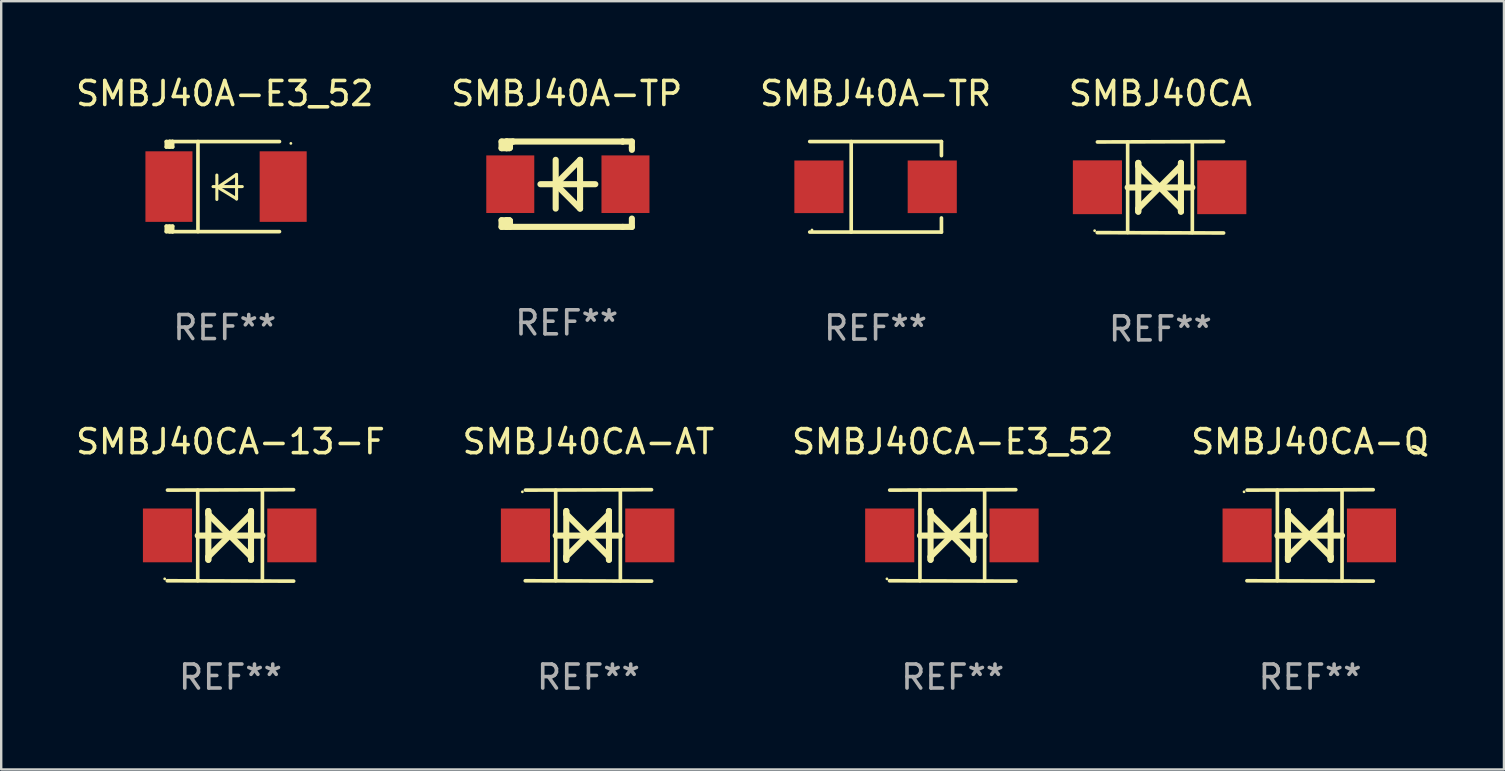
<source format=kicad_pcb>
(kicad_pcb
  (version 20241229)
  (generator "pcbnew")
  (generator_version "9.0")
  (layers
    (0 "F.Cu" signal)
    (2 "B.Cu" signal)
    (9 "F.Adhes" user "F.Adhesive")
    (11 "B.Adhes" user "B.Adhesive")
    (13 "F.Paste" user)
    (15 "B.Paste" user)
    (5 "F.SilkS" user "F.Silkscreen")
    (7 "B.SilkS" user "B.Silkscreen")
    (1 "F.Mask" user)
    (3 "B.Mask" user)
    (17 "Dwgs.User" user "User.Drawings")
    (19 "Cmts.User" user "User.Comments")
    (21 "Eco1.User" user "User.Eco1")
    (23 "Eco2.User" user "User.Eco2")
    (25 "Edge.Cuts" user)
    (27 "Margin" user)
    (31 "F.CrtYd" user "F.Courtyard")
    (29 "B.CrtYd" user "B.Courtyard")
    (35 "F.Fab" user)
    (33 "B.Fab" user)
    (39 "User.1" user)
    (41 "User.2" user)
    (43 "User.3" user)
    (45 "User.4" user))
  (footprint "SMBJ40A-E3_52"
    (layer "F.Cu")
    (at 6.315 4.725)
    (property "Reference" "SMBJ40A-E3_52" (at 0 -3.876 0) (layer "F.SilkS") (effects (font (size 1 1) (thickness 0.15))))
    (attr through_hole)
    (fp_line (start -2.435 1.65) (end -2.171 1.65) (stroke (width 0.152) (type solid)) (layer "F.SilkS"))
    (fp_line (start -2.435 1.876) (end -2.435 1.65) (stroke (width 0.152) (type solid)) (layer "F.SilkS"))
    (fp_line (start -2.435 -1.876) (end -2.171 -1.876) (stroke (width 0.152) (type solid)) (layer "F.SilkS"))
    (fp_line (start -2.435 -1.65) (end -2.435 -1.876) (stroke (width 0.152) (type solid)) (layer "F.SilkS"))
    (fp_line (start -2.305 -1.866) (end -2.295 -1.876) (stroke (width 0.152) (type solid)) (layer "F.SilkS"))
    (fp_line (start -2.305 -1.65) (end -2.305 -1.866) (stroke (width 0.152) (type solid)) (layer "F.SilkS"))
    (fp_line (start -2.305 1.876) (end -2.305 1.65) (stroke (width 0.152) (type solid)) (layer "F.SilkS"))
    (fp_line (start -2.295 -1.876) (end -2.295 -1.65) (stroke (width 0.152) (type solid)) (layer "F.SilkS"))
    (fp_line (start -2.171 1.876) (end -2.435 1.876) (stroke (width 0.152) (type solid)) (layer "F.SilkS"))
    (fp_line (start -2.171 -1.65) (end -2.435 -1.65) (stroke (width 0.152) (type solid)) (layer "F.SilkS"))
    (fp_line (start -2.171 -1.876) (end -2.295 -1.876) (stroke (width 0.152) (type solid)) (layer "F.SilkS"))
    (fp_line (start -2.171 -1.65) (end -2.171 -1.876) (stroke (width 0.152) (type solid)) (layer "F.SilkS"))
    (fp_line (start -2.171 1.876) (end -2.305 1.876) (stroke (width 0.152) (type solid)) (layer "F.SilkS"))
    (fp_line (start -2.171 1.876) (end -2.171 1.65) (stroke (width 0.152) (type solid)) (layer "F.SilkS"))
    (fp_line (start -1.116 1.876) (end -1.116 -1.876) (stroke (width 0.152) (type solid)) (layer "F.SilkS"))
    (fp_line (start -0.488 0.000102) (end 0.731 0.000102) (stroke (width 0.127) (type solid)) (layer "F.SilkS"))
    (fp_line (start -0.329 -0.48) (end -0.329 0.536) (stroke (width 0.127) (type solid)) (layer "F.SilkS"))
    (fp_line (start -0.29 0.03) (end 0.493 0.51) (stroke (width 0.127) (type solid)) (layer "F.SilkS"))
    (fp_line (start 0.493 -0.51) (end -0.29 0.03) (stroke (width 0.127) (type solid)) (layer "F.SilkS"))
    (fp_line (start 0.493 0.52) (end 0.493 -0.496) (stroke (width 0.127) (type solid)) (layer "F.SilkS"))
    (fp_line (start 2.281 -1.876) (end -2.171 -1.876) (stroke (width 0.152) (type solid)) (layer "F.SilkS"))
    (fp_line (start 2.281 1.876) (end -2.171 1.876) (stroke (width 0.152) (type solid)) (layer "F.SilkS"))
    (fp_circle (center 2.755 -1.8) (end 2.785 -1.8) (stroke (width 0.06) (type solid)) (fill no) (layer "F.SilkS"))
    (fp_text user "REF**" (at 0 5.876 0) (layer "F.Fab") (effects (font (size 1 1) (thickness 0.15))))
    (pad "1" smd rect (at 2.435 -0.000025 180) (size 1.96 2.94) (layers "F.Cu" "F.Mask" "F.Paste"))
    (pad "2" smd rect (at -2.325 -0.000025 180) (size 1.96 2.94) (layers "F.Cu" "F.Mask" "F.Paste")))
  (footprint "SMBJ40CA-AT"
    (layer "F.Cu")
    (at 21.47 19.26)
    (property "Reference" "SMBJ40CA-AT" (at 0 -3.905 0) (layer "F.SilkS") (effects (font (size 1 1) (thickness 0.15))))
    (attr through_hole)
    (fp_line (start -1.365 1.886) (end -1.365 -1.886) (stroke (width 0.152) (type solid)) (layer "F.SilkS"))
    (fp_line (start -1.365 0.008) (end 1.33 0.008) (stroke (width 0.254) (type solid)) (layer "F.SilkS"))
    (fp_line (start -0.923 -1.016) (end -0.923 1.016) (stroke (width 0.254) (type solid)) (layer "F.SilkS"))
    (fp_line (start -0.923 -0.889) (end -0.923 -1.016) (stroke (width 0.254) (type solid)) (layer "F.SilkS"))
    (fp_line (start -0.923 0.889) (end -0.034 0) (stroke (width 0.254) (type solid)) (layer "F.SilkS"))
    (fp_line (start -0.923 1.016) (end -0.923 0.889) (stroke (width 0.254) (type solid)) (layer "F.SilkS"))
    (fp_line (start -0.034 0) (end -0.923 -0.889) (stroke (width 0.254) (type solid)) (layer "F.SilkS"))
    (fp_line (start -0.034 0) (end 0.855 0.889) (stroke (width 0.254) (type solid)) (layer "F.SilkS"))
    (fp_line (start 0.855 -1.016) (end 0.855 -0.889) (stroke (width 0.254) (type solid)) (layer "F.SilkS"))
    (fp_line (start 0.855 -0.889) (end -0.034 0) (stroke (width 0.254) (type solid)) (layer "F.SilkS"))
    (fp_line (start 0.855 0.889) (end 0.855 1.016) (stroke (width 0.254) (type solid)) (layer "F.SilkS"))
    (fp_line (start 0.855 1.016) (end 0.855 -1.016) (stroke (width 0.254) (type solid)) (layer "F.SilkS"))
    (fp_line (start 1.33 1.886) (end 1.33 -1.886) (stroke (width 0.152) (type solid)) (layer "F.SilkS"))
    (fp_line (start 2.629 -1.905) (end -2.625 -1.887) (stroke (width 0.152) (type solid)) (layer "F.SilkS"))
    (fp_line (start 2.633 1.905) (end -2.633 1.89) (stroke (width 0.152) (type solid)) (layer "F.SilkS"))
    (fp_circle (center -2.753 -1.816) (end -2.723 -1.816) (stroke (width 0.06) (type solid)) (fill no) (layer "F.SilkS"))
    (fp_text user "REF**" (at 0 5.905 0) (layer "F.Fab") (effects (font (size 1 1) (thickness 0.15))))
    (pad "1" smd rect (at -2.625 0) (size 2.047 2.241) (layers "F.Cu" "F.Mask" "F.Paste"))
    (pad "2" smd rect (at 2.557 0) (size 2.047 2.241) (layers "F.Cu" "F.Mask" "F.Paste")))
  (footprint "SMBJ40CA-13-F"
    (layer "F.Cu")
    (at 6.554 19.26)
    (property "Reference" "SMBJ40CA-13-F" (at 0 -3.905 0) (layer "F.SilkS") (effects (font (size 1 1) (thickness 0.15))))
    (attr through_hole)
    (fp_line (start -1.365 1.886) (end -1.365 -1.886) (stroke (width 0.152) (type solid)) (layer "F.SilkS"))
    (fp_line (start -1.365 0.008) (end 1.33 0.008) (stroke (width 0.254) (type solid)) (layer "F.SilkS"))
    (fp_line (start -0.923 -1.016) (end -0.923 1.016) (stroke (width 0.254) (type solid)) (layer "F.SilkS"))
    (fp_line (start -0.923 -0.889) (end -0.923 -1.016) (stroke (width 0.254) (type solid)) (layer "F.SilkS"))
    (fp_line (start -0.923 0.889) (end -0.034 0) (stroke (width 0.254) (type solid)) (layer "F.SilkS"))
    (fp_line (start -0.923 1.016) (end -0.923 0.889) (stroke (width 0.254) (type solid)) (layer "F.SilkS"))
    (fp_line (start -0.034 0) (end -0.923 -0.889) (stroke (width 0.254) (type solid)) (layer "F.SilkS"))
    (fp_line (start -0.034 0) (end 0.855 0.889) (stroke (width 0.254) (type solid)) (layer "F.SilkS"))
    (fp_line (start 0.855 -1.016) (end 0.855 -0.889) (stroke (width 0.254) (type solid)) (layer "F.SilkS"))
    (fp_line (start 0.855 -0.889) (end -0.034 0) (stroke (width 0.254) (type solid)) (layer "F.SilkS"))
    (fp_line (start 0.855 0.889) (end 0.855 1.016) (stroke (width 0.254) (type solid)) (layer "F.SilkS"))
    (fp_line (start 0.855 1.016) (end 0.855 -1.016) (stroke (width 0.254) (type solid)) (layer "F.SilkS"))
    (fp_line (start 1.33 1.886) (end 1.33 -1.886) (stroke (width 0.152) (type solid)) (layer "F.SilkS"))
    (fp_line (start 2.629 -1.905) (end -2.625 -1.887) (stroke (width 0.152) (type solid)) (layer "F.SilkS"))
    (fp_line (start 2.633 1.905) (end -2.633 1.89) (stroke (width 0.152) (type solid)) (layer "F.SilkS"))
    (fp_circle (center -2.741 1.81) (end -2.711 1.81) (stroke (width 0.06) (type solid)) (fill no) (layer "F.SilkS"))
    (fp_text user "REF**" (at 0 5.905 0) (layer "F.Fab") (effects (font (size 1 1) (thickness 0.15))))
    (pad "1" smd rect (at -2.625 0) (size 2.047 2.241) (layers "F.Cu" "F.Mask" "F.Paste"))
    (pad "2" smd rect (at 2.557 0) (size 2.047 2.241) (layers "F.Cu" "F.Mask" "F.Paste")))
  (footprint "SMBJ40A-TR"
    (layer "F.Cu")
    (at 33.435 4.734)
    (property "Reference" "SMBJ40A-TR" (at 0 -3.886 0) (layer "F.SilkS") (effects (font (size 1 1) (thickness 0.15))))
    (attr through_hole)
    (fp_line (start -2.744 -1.886) (end 2.744 -1.886) (stroke (width 0.152) (type solid)) (layer "F.SilkS"))
    (fp_line (start -2.744 1.886) (end 2.744 1.886) (stroke (width 0.152) (type solid)) (layer "F.SilkS"))
    (fp_line (start -1.016 -1.886) (end -1.016 1.886) (stroke (width 0.152) (type solid)) (layer "F.SilkS"))
    (fp_line (start 2.744 -1.886) (end 2.744 -1.299) (stroke (width 0.152) (type solid)) (layer "F.SilkS"))
    (fp_line (start 2.744 1.886) (end 2.744 1.299) (stroke (width 0.152) (type solid)) (layer "F.SilkS"))
    (fp_circle (center -2.65 1.8) (end -2.62 1.8) (stroke (width 0.06) (type solid)) (fill no) (layer "F.SilkS"))
    (fp_text user "REF**" (at 0 5.886 0) (layer "F.Fab") (effects (font (size 1 1) (thickness 0.15))))
    (pad "1" smd rect (at -2.361 0) (size 2.047 2.192) (layers "F.Cu" "F.Mask" "F.Paste"))
    (pad "2" smd rect (at 2.361 0) (size 2.047 2.192) (layers "F.Cu" "F.Mask" "F.Paste")))
  (footprint "SMBJ40CA-Q"
    (layer "F.Cu")
    (at 51.542 19.26)
    (property "Reference" "SMBJ40CA-Q" (at 0 -3.905 0) (layer "F.SilkS") (effects (font (size 1 1) (thickness 0.15))))
    (attr through_hole)
    (fp_line (start -1.365 1.886) (end -1.365 -1.886) (stroke (width 0.152) (type solid)) (layer "F.SilkS"))
    (fp_line (start -1.365 0.008) (end 1.33 0.008) (stroke (width 0.254) (type solid)) (layer "F.SilkS"))
    (fp_line (start -0.923 -1.016) (end -0.923 1.016) (stroke (width 0.254) (type solid)) (layer "F.SilkS"))
    (fp_line (start -0.923 -0.889) (end -0.923 -1.016) (stroke (width 0.254) (type solid)) (layer "F.SilkS"))
    (fp_line (start -0.923 0.889) (end -0.034 0) (stroke (width 0.254) (type solid)) (layer "F.SilkS"))
    (fp_line (start -0.923 1.016) (end -0.923 0.889) (stroke (width 0.254) (type solid)) (layer "F.SilkS"))
    (fp_line (start -0.034 0) (end -0.923 -0.889) (stroke (width 0.254) (type solid)) (layer "F.SilkS"))
    (fp_line (start -0.034 0) (end 0.855 0.889) (stroke (width 0.254) (type solid)) (layer "F.SilkS"))
    (fp_line (start 0.855 -1.016) (end 0.855 -0.889) (stroke (width 0.254) (type solid)) (layer "F.SilkS"))
    (fp_line (start 0.855 -0.889) (end -0.034 0) (stroke (width 0.254) (type solid)) (layer "F.SilkS"))
    (fp_line (start 0.855 0.889) (end 0.855 1.016) (stroke (width 0.254) (type solid)) (layer "F.SilkS"))
    (fp_line (start 0.855 1.016) (end 0.855 -1.016) (stroke (width 0.254) (type solid)) (layer "F.SilkS"))
    (fp_line (start 1.33 1.886) (end 1.33 -1.886) (stroke (width 0.152) (type solid)) (layer "F.SilkS"))
    (fp_line (start 2.629 -1.905) (end -2.625 -1.887) (stroke (width 0.152) (type solid)) (layer "F.SilkS"))
    (fp_line (start 2.633 1.905) (end -2.633 1.89) (stroke (width 0.152) (type solid)) (layer "F.SilkS"))
    (fp_circle (center -2.753 -1.816) (end -2.723 -1.816) (stroke (width 0.06) (type solid)) (fill no) (layer "F.SilkS"))
    (fp_text user "REF**" (at 0 5.905 0) (layer "F.Fab") (effects (font (size 1 1) (thickness 0.15))))
    (pad "1" smd rect (at -2.625 0) (size 2.047 2.241) (layers "F.Cu" "F.Mask" "F.Paste"))
    (pad "2" smd rect (at 2.557 0) (size 2.047 2.241) (layers "F.Cu" "F.Mask" "F.Paste")))
  (footprint "SMBJ40CA"
    (layer "F.Cu")
    (at 45.304 4.753)
    (property "Reference" "SMBJ40CA" (at 0 -3.905 0) (layer "F.SilkS") (effects (font (size 1 1) (thickness 0.15))))
    (attr through_hole)
    (fp_line (start -1.365 1.886) (end -1.365 -1.886) (stroke (width 0.152) (type solid)) (layer "F.SilkS"))
    (fp_line (start -1.365 0.008) (end 1.33 0.008) (stroke (width 0.254) (type solid)) (layer "F.SilkS"))
    (fp_line (start -0.923 -1.016) (end -0.923 1.016) (stroke (width 0.254) (type solid)) (layer "F.SilkS"))
    (fp_line (start -0.923 -0.889) (end -0.923 -1.016) (stroke (width 0.254) (type solid)) (layer "F.SilkS"))
    (fp_line (start -0.923 0.889) (end -0.034 0) (stroke (width 0.254) (type solid)) (layer "F.SilkS"))
    (fp_line (start -0.923 1.016) (end -0.923 0.889) (stroke (width 0.254) (type solid)) (layer "F.SilkS"))
    (fp_line (start -0.034 0) (end -0.923 -0.889) (stroke (width 0.254) (type solid)) (layer "F.SilkS"))
    (fp_line (start -0.034 0) (end 0.855 0.889) (stroke (width 0.254) (type solid)) (layer "F.SilkS"))
    (fp_line (start 0.855 -1.016) (end 0.855 -0.889) (stroke (width 0.254) (type solid)) (layer "F.SilkS"))
    (fp_line (start 0.855 -0.889) (end -0.034 0) (stroke (width 0.254) (type solid)) (layer "F.SilkS"))
    (fp_line (start 0.855 0.889) (end 0.855 1.016) (stroke (width 0.254) (type solid)) (layer "F.SilkS"))
    (fp_line (start 0.855 1.016) (end 0.855 -1.016) (stroke (width 0.254) (type solid)) (layer "F.SilkS"))
    (fp_line (start 1.33 1.886) (end 1.33 -1.886) (stroke (width 0.152) (type solid)) (layer "F.SilkS"))
    (fp_line (start 2.629 -1.905) (end -2.625 -1.887) (stroke (width 0.152) (type solid)) (layer "F.SilkS"))
    (fp_line (start 2.633 1.905) (end -2.633 1.89) (stroke (width 0.152) (type solid)) (layer "F.SilkS"))
    (fp_circle (center -2.741 1.81) (end -2.711 1.81) (stroke (width 0.06) (type solid)) (fill no) (layer "F.SilkS"))
    (fp_text user "REF**" (at 0 5.905 0) (layer "F.Fab") (effects (font (size 1 1) (thickness 0.15))))
    (pad "1" smd rect (at -2.625 0) (size 2.047 2.241) (layers "F.Cu" "F.Mask" "F.Paste"))
    (pad "2" smd rect (at 2.557 0) (size 2.047 2.241) (layers "F.Cu" "F.Mask" "F.Paste")))
  (footprint "SMBJ40A-TP"
    (layer "F.Cu")
    (at 20.565 4.626)
    (property "Reference" "SMBJ40A-TP" (at 0 -3.778 0) (layer "F.SilkS") (effects (font (size 1 1) (thickness 0.15))))
    (attr through_hole)
    (fp_line (start -2.715 -1.778) (end -2.715 -1.501) (stroke (width 0.254) (type solid)) (layer "F.SilkS"))
    (fp_line (start -2.715 -1.501) (end -2.505 -1.501) (stroke (width 0.254) (type solid)) (layer "F.SilkS"))
    (fp_line (start -2.715 1.501) (end -2.715 1.778) (stroke (width 0.254) (type solid)) (layer "F.SilkS"))
    (fp_line (start -2.715 1.501) (end -2.505 1.501) (stroke (width 0.254) (type solid)) (layer "F.SilkS"))
    (fp_line (start -2.715 1.778) (end -2.504 1.778) (stroke (width 0.254) (type solid)) (layer "F.SilkS"))
    (fp_line (start -2.505 -1.778) (end -2.715 -1.778) (stroke (width 0.254) (type solid)) (layer "F.SilkS"))
    (fp_line (start -2.505 -1.778) (end -2.238 -1.778) (stroke (width 0.254) (type solid)) (layer "F.SilkS"))
    (fp_line (start -2.505 -1.501) (end -2.505 -1.651) (stroke (width 0.254) (type solid)) (layer "F.SilkS"))
    (fp_line (start -2.505 -1.501) (end -2.388 -1.501) (stroke (width 0.254) (type solid)) (layer "F.SilkS"))
    (fp_line (start -2.505 1.501) (end -2.505 1.778) (stroke (width 0.254) (type solid)) (layer "F.SilkS"))
    (fp_line (start -2.505 1.501) (end -2.388 1.501) (stroke (width 0.254) (type solid)) (layer "F.SilkS"))
    (fp_line (start -2.388 1.501) (end -2.365 1.524) (stroke (width 0.254) (type solid)) (layer "F.SilkS"))
    (fp_line (start -2.388 -1.501) (end -2.365 -1.524) (stroke (width 0.254) (type solid)) (layer "F.SilkS"))
    (fp_line (start -2.365 -1.651) (end -2.505 -1.778) (stroke (width 0.254) (type solid)) (layer "F.SilkS"))
    (fp_line (start -2.365 -1.524) (end -2.365 -1.651) (stroke (width 0.254) (type solid)) (layer "F.SilkS"))
    (fp_line (start -2.365 1.524) (end -2.365 1.778) (stroke (width 0.254) (type solid)) (layer "F.SilkS"))
    (fp_line (start -2.239 -1.778) (end 2.333 -1.778) (stroke (width 0.254) (type solid)) (layer "F.SilkS"))
    (fp_line (start -2.238 -1.778) (end -2.505 -1.778) (stroke (width 0.254) (type solid)) (layer "F.SilkS"))
    (fp_line (start -1.095 0) (end 1.191 0) (stroke (width 0.254) (type solid)) (layer "F.SilkS"))
    (fp_line (start -0.46 -1.016) (end -0.46 1.016) (stroke (width 0.254) (type solid)) (layer "F.SilkS"))
    (fp_line (start -0.46 -0.000127) (end 0.556 1.016) (stroke (width 0.254) (type solid)) (layer "F.SilkS"))
    (fp_line (start 0.556 -1.016) (end 0.556 1.016) (stroke (width 0.254) (type solid)) (layer "F.SilkS"))
    (fp_line (start 0.556 -1.016) (end -0.46 -0.000127) (stroke (width 0.254) (type solid)) (layer "F.SilkS"))
    (fp_line (start 2.333 -1.778) (end 2.333 -1.778) (stroke (width 0.254) (type solid)) (layer "F.SilkS"))
    (fp_line (start 2.333 -1.778) (end 2.715 -1.778) (stroke (width 0.254) (type solid)) (layer "F.SilkS"))
    (fp_line (start 2.334 1.778) (end -2.504 1.778) (stroke (width 0.254) (type solid)) (layer "F.SilkS"))
    (fp_line (start 2.715 -1.778) (end 2.715 -1.524) (stroke (width 0.254) (type solid)) (layer "F.SilkS"))
    (fp_line (start 2.715 -1.524) (end 2.715 -1.431) (stroke (width 0.254) (type solid)) (layer "F.SilkS"))
    (fp_line (start 2.715 1.431) (end 2.715 1.778) (stroke (width 0.254) (type solid)) (layer "F.SilkS"))
    (fp_line (start 2.715 1.778) (end 2.334 1.778) (stroke (width 0.254) (type solid)) (layer "F.SilkS"))
    (fp_circle (center -2.602 1.8) (end -2.572 1.8) (stroke (width 0.06) (type solid)) (fill no) (layer "F.SilkS"))
    (fp_text user "REF**" (at 0 5.778 0) (layer "F.Fab") (effects (font (size 1 1) (thickness 0.15))))
    (pad "1" smd rect (at -2.352 -0.000076) (size 2 2.4) (layers "F.Cu" "F.Mask" "F.Paste"))
    (pad "2" smd rect (at 2.448 -0.000076) (size 2 2.4) (layers "F.Cu" "F.Mask" "F.Paste")))
  (footprint "SMBJ40CA-E3_52"
    (layer "F.Cu")
    (at 36.649 19.26)
    (property "Reference" "SMBJ40CA-E3_52" (at 0 -3.905 0) (layer "F.SilkS") (effects (font (size 1 1) (thickness 0.15))))
    (attr through_hole)
    (fp_line (start -1.365 1.886) (end -1.365 -1.886) (stroke (width 0.152) (type solid)) (layer "F.SilkS"))
    (fp_line (start -1.365 0.008) (end 1.33 0.008) (stroke (width 0.254) (type solid)) (layer "F.SilkS"))
    (fp_line (start -0.923 -1.016) (end -0.923 1.016) (stroke (width 0.254) (type solid)) (layer "F.SilkS"))
    (fp_line (start -0.923 -0.889) (end -0.923 -1.016) (stroke (width 0.254) (type solid)) (layer "F.SilkS"))
    (fp_line (start -0.923 0.889) (end -0.034 0) (stroke (width 0.254) (type solid)) (layer "F.SilkS"))
    (fp_line (start -0.923 1.016) (end -0.923 0.889) (stroke (width 0.254) (type solid)) (layer "F.SilkS"))
    (fp_line (start -0.034 0) (end -0.923 -0.889) (stroke (width 0.254) (type solid)) (layer "F.SilkS"))
    (fp_line (start -0.034 0) (end 0.855 0.889) (stroke (width 0.254) (type solid)) (layer "F.SilkS"))
    (fp_line (start 0.855 -1.016) (end 0.855 -0.889) (stroke (width 0.254) (type solid)) (layer "F.SilkS"))
    (fp_line (start 0.855 -0.889) (end -0.034 0) (stroke (width 0.254) (type solid)) (layer "F.SilkS"))
    (fp_line (start 0.855 0.889) (end 0.855 1.016) (stroke (width 0.254) (type solid)) (layer "F.SilkS"))
    (fp_line (start 0.855 1.016) (end 0.855 -1.016) (stroke (width 0.254) (type solid)) (layer "F.SilkS"))
    (fp_line (start 1.33 1.886) (end 1.33 -1.886) (stroke (width 0.152) (type solid)) (layer "F.SilkS"))
    (fp_line (start 2.629 -1.905) (end -2.625 -1.887) (stroke (width 0.152) (type solid)) (layer "F.SilkS"))
    (fp_line (start 2.633 1.905) (end -2.633 1.89) (stroke (width 0.152) (type solid)) (layer "F.SilkS"))
    (fp_circle (center -2.741 1.81) (end -2.711 1.81) (stroke (width 0.06) (type solid)) (fill no) (layer "F.SilkS"))
    (fp_text user "REF**" (at 0 5.905 0) (layer "F.Fab") (effects (font (size 1 1) (thickness 0.15))))
    (pad "1" smd rect (at -2.625 0) (size 2.047 2.241) (layers "F.Cu" "F.Mask" "F.Paste"))
    (pad "2" smd rect (at 2.557 0) (size 2.047 2.241) (layers "F.Cu" "F.Mask" "F.Paste")))
  (gr_rect
    (start -3 -3)
    (end 59.619 29.013)
    (stroke (width 0.1) (type default))
    (fill no)
    (layer "Edge.Cuts")))
</source>
